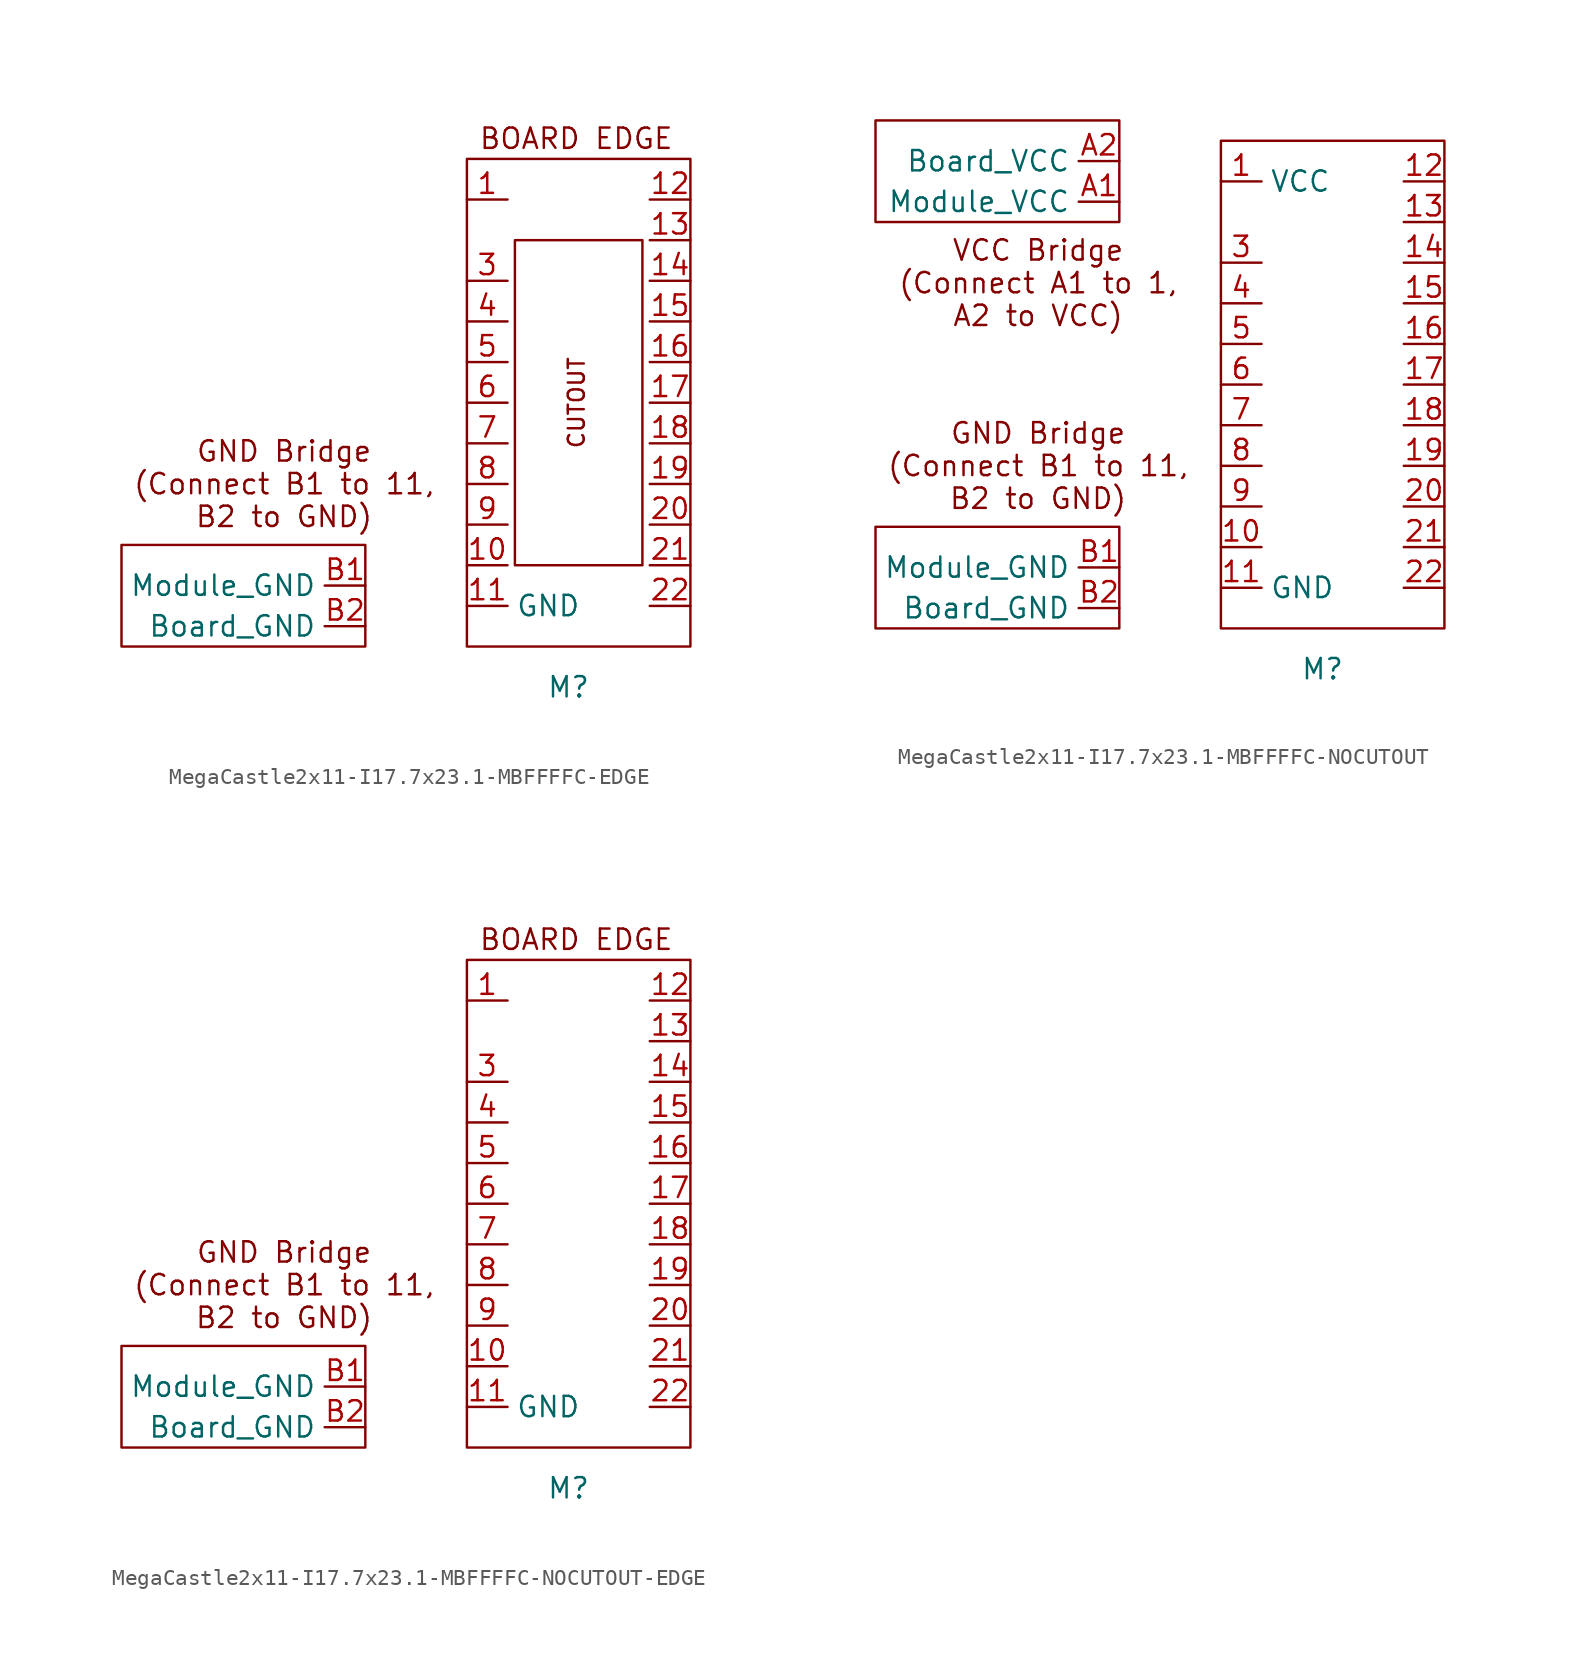
<source format=kicad_sym>
(kicad_symbol_lib
  (version 20241209)
  (generator "kicad_symbol_editor")
  (generator_version "9.0")
  (symbol "MegaCastle2x11-I17.7x23.1-MBFFFFC-EDGE"
    (property "Reference" "M"
      (at 0 -17.78 0)
      (effects (font (size 1.27 1.27))))
    (property "Value" ""
      (at 0 5.08 0)
      (effects (font (size 1.27 1.27))))
    (symbol "MegaCastle2x11-I17.7x23.1-MBFFFFC-EDGE_0_1"
      (rectangle (start -27.94 -8.89) (end -12.7 -15.24) (stroke (width 0) (type default)) (fill (type none)))
      (rectangle (start -6.35 15.24) (end 7.62 -15.24) (stroke (width 0) (type default)) (fill (type none)))
      (rectangle (start -3.35 10.16) (end 4.62 -10.16) (stroke (width 0) (type default)) (fill (type none))))
    (symbol "MegaCastle2x11-I17.7x23.1-MBFFFFC-EDGE_1_1"
      (text "GND Bridge\n(Connect B1 to 11,\nB2 to GND)" (at -17.78 -5.08 0) (effects (font (size 1.27 1.27))))
      (text " BOARD EDGE" (at 0 16.51 0) (effects (font (size 1.27 1.27))))
      (text "CUTOUT" (at 0.5 0 900) (effects (font (size 1 1))))
      (pin bidirectional line (at -12.7 -11.43 180) (length 2.54) (name "Module_GND" (effects (font (size 1.27 1.27)))) (number "B1" (effects (font (size 1.27 1.27)))))
      (pin bidirectional line (at -12.7 -13.97 180) (length 2.54) (name "Board_GND" (effects (font (size 1.27 1.27)))) (number "B2" (effects (font (size 1.27 1.27)))))
      (pin bidirectional line (at -6.35 12.7 0) (length 2.54) (name "" (effects (font (size 1.27 1.27)))) (number "1" (effects (font (size 1.27 1.27)))))
      (pin bidirectional line (at -6.35 7.62 0) (length 2.54) (name "" (effects (font (size 1.27 1.27)))) (number "3" (effects (font (size 1.27 1.27)))))
      (pin bidirectional line (at -6.35 5.08 0) (length 2.54) (name "" (effects (font (size 1.27 1.27)))) (number "4" (effects (font (size 1.27 1.27)))))
      (pin bidirectional line (at -6.35 2.54 0) (length 2.54) (name "" (effects (font (size 1.27 1.27)))) (number "5" (effects (font (size 1.27 1.27)))))
      (pin bidirectional line (at -6.35 0 0) (length 2.54) (name "" (effects (font (size 1.27 1.27)))) (number "6" (effects (font (size 1.27 1.27)))))
      (pin bidirectional line (at -6.35 -2.54 0) (length 2.54) (name "" (effects (font (size 1.27 1.27)))) (number "7" (effects (font (size 1.27 1.27)))))
      (pin bidirectional line (at -6.35 -5.08 0) (length 2.54) (name "" (effects (font (size 1.27 1.27)))) (number "8" (effects (font (size 1.27 1.27)))))
      (pin bidirectional line (at -6.35 -7.62 0) (length 2.54) (name "" (effects (font (size 1.27 1.27)))) (number "9" (effects (font (size 1.27 1.27)))))
      (pin bidirectional line (at -6.35 -10.16 0) (length 2.54) (name "" (effects (font (size 1.27 1.27)))) (number "10" (effects (font (size 1.27 1.27)))))
      (pin bidirectional line (at -6.35 -12.7 0) (length 2.54) (name "GND" (effects (font (size 1.27 1.27)))) (number "11" (effects (font (size 1.27 1.27)))))
      (pin bidirectional line (at 7.62 12.7 180) (length 2.54) (name "" (effects (font (size 1.27 1.27)))) (number "12" (effects (font (size 1.27 1.27)))))
      (pin bidirectional line (at 7.62 10.16 180) (length 2.54) (name "" (effects (font (size 1.27 1.27)))) (number "13" (effects (font (size 1.27 1.27)))))
      (pin bidirectional line (at 7.62 7.62 180) (length 2.54) (name "" (effects (font (size 1.27 1.27)))) (number "14" (effects (font (size 1.27 1.27)))))
      (pin bidirectional line (at 7.62 5.08 180) (length 2.54) (name "" (effects (font (size 1.27 1.27)))) (number "15" (effects (font (size 1.27 1.27)))))
      (pin bidirectional line (at 7.62 2.54 180) (length 2.54) (name "" (effects (font (size 1.27 1.27)))) (number "16" (effects (font (size 1.27 1.27)))))
      (pin bidirectional line (at 7.62 0 180) (length 2.54) (name "" (effects (font (size 1.27 1.27)))) (number "17" (effects (font (size 1.27 1.27)))))
      (pin bidirectional line (at 7.62 -2.54 180) (length 2.54) (name "" (effects (font (size 1.27 1.27)))) (number "18" (effects (font (size 1.27 1.27)))))
      (pin bidirectional line (at 7.62 -5.08 180) (length 2.54) (name "" (effects (font (size 1.27 1.27)))) (number "19" (effects (font (size 1.27 1.27)))))
      (pin bidirectional line (at 7.62 -7.62 180) (length 2.54) (name "" (effects (font (size 1.27 1.27)))) (number "20" (effects (font (size 1.27 1.27)))))
      (pin bidirectional line (at 7.62 -10.16 180) (length 2.54) (name "" (effects (font (size 1.27 1.27)))) (number "21" (effects (font (size 1.27 1.27)))))
      (pin bidirectional line (at 7.62 -12.7 180) (length 2.54) (name "" (effects (font (size 1.27 1.27)))) (number "22" (effects (font (size 1.27 1.27)))))))
  (symbol "MegaCastle2x11-I17.7x23.1-MBFFFFC-NOCUTOUT"
    (property "Reference" "M"
      (at 0 -17.78 0)
      (effects (font (size 1.27 1.27))))
    (property "Value" ""
      (at 0 5.08 0)
      (effects (font (size 1.27 1.27))))
    (symbol "MegaCastle2x11-I17.7x23.1-MBFFFFC-NOCUTOUT_0_1"
      (rectangle (start -27.94 16.51) (end -12.7 10.16) (stroke (width 0) (type default)) (fill (type none)))
      (rectangle (start -27.94 -8.89) (end -12.7 -15.24) (stroke (width 0) (type default)) (fill (type none)))
      (rectangle (start -6.35 15.24) (end 7.62 -15.24) (stroke (width 0) (type default)) (fill (type none))))
    (symbol "MegaCastle2x11-I17.7x23.1-MBFFFFC-NOCUTOUT_1_1"
      (text "VCC Bridge\n(Connect A1 to 1,\nA2 to VCC)" (at -17.78 6.35 0) (effects (font (size 1.27 1.27))))
      (text "GND Bridge\n(Connect B1 to 11,\nB2 to GND)" (at -17.78 -5.08 0) (effects (font (size 1.27 1.27))))
      (pin bidirectional line (at -12.7 13.97 180) (length 2.54) (name "Board_VCC" (effects (font (size 1.27 1.27)))) (number "A2" (effects (font (size 1.27 1.27)))))
      (pin bidirectional line (at -12.7 11.43 180) (length 2.54) (name "Module_VCC" (effects (font (size 1.27 1.27)))) (number "A1" (effects (font (size 1.27 1.27)))))
      (pin bidirectional line (at -12.7 -11.43 180) (length 2.54) (name "Module_GND" (effects (font (size 1.27 1.27)))) (number "B1" (effects (font (size 1.27 1.27)))))
      (pin bidirectional line (at -12.7 -13.97 180) (length 2.54) (name "Board_GND" (effects (font (size 1.27 1.27)))) (number "B2" (effects (font (size 1.27 1.27)))))
      (pin bidirectional line (at -6.35 12.7 0) (length 2.54) (name "VCC" (effects (font (size 1.27 1.27)))) (number "1" (effects (font (size 1.27 1.27)))))
      (pin bidirectional line (at -6.35 7.62 0) (length 2.54) (name "" (effects (font (size 1.27 1.27)))) (number "3" (effects (font (size 1.27 1.27)))))
      (pin bidirectional line (at -6.35 5.08 0) (length 2.54) (name "" (effects (font (size 1.27 1.27)))) (number "4" (effects (font (size 1.27 1.27)))))
      (pin bidirectional line (at -6.35 2.54 0) (length 2.54) (name "" (effects (font (size 1.27 1.27)))) (number "5" (effects (font (size 1.27 1.27)))))
      (pin bidirectional line (at -6.35 0 0) (length 2.54) (name "" (effects (font (size 1.27 1.27)))) (number "6" (effects (font (size 1.27 1.27)))))
      (pin bidirectional line (at -6.35 -2.54 0) (length 2.54) (name "" (effects (font (size 1.27 1.27)))) (number "7" (effects (font (size 1.27 1.27)))))
      (pin bidirectional line (at -6.35 -5.08 0) (length 2.54) (name "" (effects (font (size 1.27 1.27)))) (number "8" (effects (font (size 1.27 1.27)))))
      (pin bidirectional line (at -6.35 -7.62 0) (length 2.54) (name "" (effects (font (size 1.27 1.27)))) (number "9" (effects (font (size 1.27 1.27)))))
      (pin bidirectional line (at -6.35 -10.16 0) (length 2.54) (name "" (effects (font (size 1.27 1.27)))) (number "10" (effects (font (size 1.27 1.27)))))
      (pin bidirectional line (at -6.35 -12.7 0) (length 2.54) (name "GND" (effects (font (size 1.27 1.27)))) (number "11" (effects (font (size 1.27 1.27)))))
      (pin bidirectional line (at 7.62 12.7 180) (length 2.54) (name "" (effects (font (size 1.27 1.27)))) (number "12" (effects (font (size 1.27 1.27)))))
      (pin bidirectional line (at 7.62 10.16 180) (length 2.54) (name "" (effects (font (size 1.27 1.27)))) (number "13" (effects (font (size 1.27 1.27)))))
      (pin bidirectional line (at 7.62 7.62 180) (length 2.54) (name "" (effects (font (size 1.27 1.27)))) (number "14" (effects (font (size 1.27 1.27)))))
      (pin bidirectional line (at 7.62 5.08 180) (length 2.54) (name "" (effects (font (size 1.27 1.27)))) (number "15" (effects (font (size 1.27 1.27)))))
      (pin bidirectional line (at 7.62 2.54 180) (length 2.54) (name "" (effects (font (size 1.27 1.27)))) (number "16" (effects (font (size 1.27 1.27)))))
      (pin bidirectional line (at 7.62 0 180) (length 2.54) (name "" (effects (font (size 1.27 1.27)))) (number "17" (effects (font (size 1.27 1.27)))))
      (pin bidirectional line (at 7.62 -2.54 180) (length 2.54) (name "" (effects (font (size 1.27 1.27)))) (number "18" (effects (font (size 1.27 1.27)))))
      (pin bidirectional line (at 7.62 -5.08 180) (length 2.54) (name "" (effects (font (size 1.27 1.27)))) (number "19" (effects (font (size 1.27 1.27)))))
      (pin bidirectional line (at 7.62 -7.62 180) (length 2.54) (name "" (effects (font (size 1.27 1.27)))) (number "20" (effects (font (size 1.27 1.27)))))
      (pin bidirectional line (at 7.62 -10.16 180) (length 2.54) (name "" (effects (font (size 1.27 1.27)))) (number "21" (effects (font (size 1.27 1.27)))))
      (pin bidirectional line (at 7.62 -12.7 180) (length 2.54) (name "" (effects (font (size 1.27 1.27)))) (number "22" (effects (font (size 1.27 1.27)))))))
  (symbol "MegaCastle2x11-I17.7x23.1-MBFFFFC-NOCUTOUT-EDGE"
    (property "Reference" "M"
      (at 0 -17.78 0)
      (effects (font (size 1.27 1.27))))
    (property "Value" ""
      (at 0 5.08 0)
      (effects (font (size 1.27 1.27))))
    (symbol "MegaCastle2x11-I17.7x23.1-MBFFFFC-NOCUTOUT-EDGE_0_1"
      (rectangle (start -27.94 -8.89) (end -12.7 -15.24) (stroke (width 0) (type default)) (fill (type none)))
      (rectangle (start -6.35 15.24) (end 7.62 -15.24) (stroke (width 0) (type default)) (fill (type none))))
    (symbol "MegaCastle2x11-I17.7x23.1-MBFFFFC-NOCUTOUT-EDGE_1_1"
      (text "GND Bridge\n(Connect B1 to 11,\nB2 to GND)" (at -17.78 -5.08 0) (effects (font (size 1.27 1.27))))
      (text " BOARD EDGE" (at 0 16.51 0) (effects (font (size 1.27 1.27))))
      (pin bidirectional line (at -12.7 -11.43 180) (length 2.54) (name "Module_GND" (effects (font (size 1.27 1.27)))) (number "B1" (effects (font (size 1.27 1.27)))))
      (pin bidirectional line (at -12.7 -13.97 180) (length 2.54) (name "Board_GND" (effects (font (size 1.27 1.27)))) (number "B2" (effects (font (size 1.27 1.27)))))
      (pin bidirectional line (at -6.35 12.7 0) (length 2.54) (name "" (effects (font (size 1.27 1.27)))) (number "1" (effects (font (size 1.27 1.27)))))
      (pin bidirectional line (at -6.35 7.62 0) (length 2.54) (name "" (effects (font (size 1.27 1.27)))) (number "3" (effects (font (size 1.27 1.27)))))
      (pin bidirectional line (at -6.35 5.08 0) (length 2.54) (name "" (effects (font (size 1.27 1.27)))) (number "4" (effects (font (size 1.27 1.27)))))
      (pin bidirectional line (at -6.35 2.54 0) (length 2.54) (name "" (effects (font (size 1.27 1.27)))) (number "5" (effects (font (size 1.27 1.27)))))
      (pin bidirectional line (at -6.35 0 0) (length 2.54) (name "" (effects (font (size 1.27 1.27)))) (number "6" (effects (font (size 1.27 1.27)))))
      (pin bidirectional line (at -6.35 -2.54 0) (length 2.54) (name "" (effects (font (size 1.27 1.27)))) (number "7" (effects (font (size 1.27 1.27)))))
      (pin bidirectional line (at -6.35 -5.08 0) (length 2.54) (name "" (effects (font (size 1.27 1.27)))) (number "8" (effects (font (size 1.27 1.27)))))
      (pin bidirectional line (at -6.35 -7.62 0) (length 2.54) (name "" (effects (font (size 1.27 1.27)))) (number "9" (effects (font (size 1.27 1.27)))))
      (pin bidirectional line (at -6.35 -10.16 0) (length 2.54) (name "" (effects (font (size 1.27 1.27)))) (number "10" (effects (font (size 1.27 1.27)))))
      (pin bidirectional line (at -6.35 -12.7 0) (length 2.54) (name "GND" (effects (font (size 1.27 1.27)))) (number "11" (effects (font (size 1.27 1.27)))))
      (pin bidirectional line (at 7.62 12.7 180) (length 2.54) (name "" (effects (font (size 1.27 1.27)))) (number "12" (effects (font (size 1.27 1.27)))))
      (pin bidirectional line (at 7.62 10.16 180) (length 2.54) (name "" (effects (font (size 1.27 1.27)))) (number "13" (effects (font (size 1.27 1.27)))))
      (pin bidirectional line (at 7.62 7.62 180) (length 2.54) (name "" (effects (font (size 1.27 1.27)))) (number "14" (effects (font (size 1.27 1.27)))))
      (pin bidirectional line (at 7.62 5.08 180) (length 2.54) (name "" (effects (font (size 1.27 1.27)))) (number "15" (effects (font (size 1.27 1.27)))))
      (pin bidirectional line (at 7.62 2.54 180) (length 2.54) (name "" (effects (font (size 1.27 1.27)))) (number "16" (effects (font (size 1.27 1.27)))))
      (pin bidirectional line (at 7.62 0 180) (length 2.54) (name "" (effects (font (size 1.27 1.27)))) (number "17" (effects (font (size 1.27 1.27)))))
      (pin bidirectional line (at 7.62 -2.54 180) (length 2.54) (name "" (effects (font (size 1.27 1.27)))) (number "18" (effects (font (size 1.27 1.27)))))
      (pin bidirectional line (at 7.62 -5.08 180) (length 2.54) (name "" (effects (font (size 1.27 1.27)))) (number "19" (effects (font (size 1.27 1.27)))))
      (pin bidirectional line (at 7.62 -7.62 180) (length 2.54) (name "" (effects (font (size 1.27 1.27)))) (number "20" (effects (font (size 1.27 1.27)))))
      (pin bidirectional line (at 7.62 -10.16 180) (length 2.54) (name "" (effects (font (size 1.27 1.27)))) (number "21" (effects (font (size 1.27 1.27)))))
      (pin bidirectional line (at 7.62 -12.7 180) (length 2.54) (name "" (effects (font (size 1.27 1.27)))) (number "22" (effects (font (size 1.27 1.27))))))))
</source>
